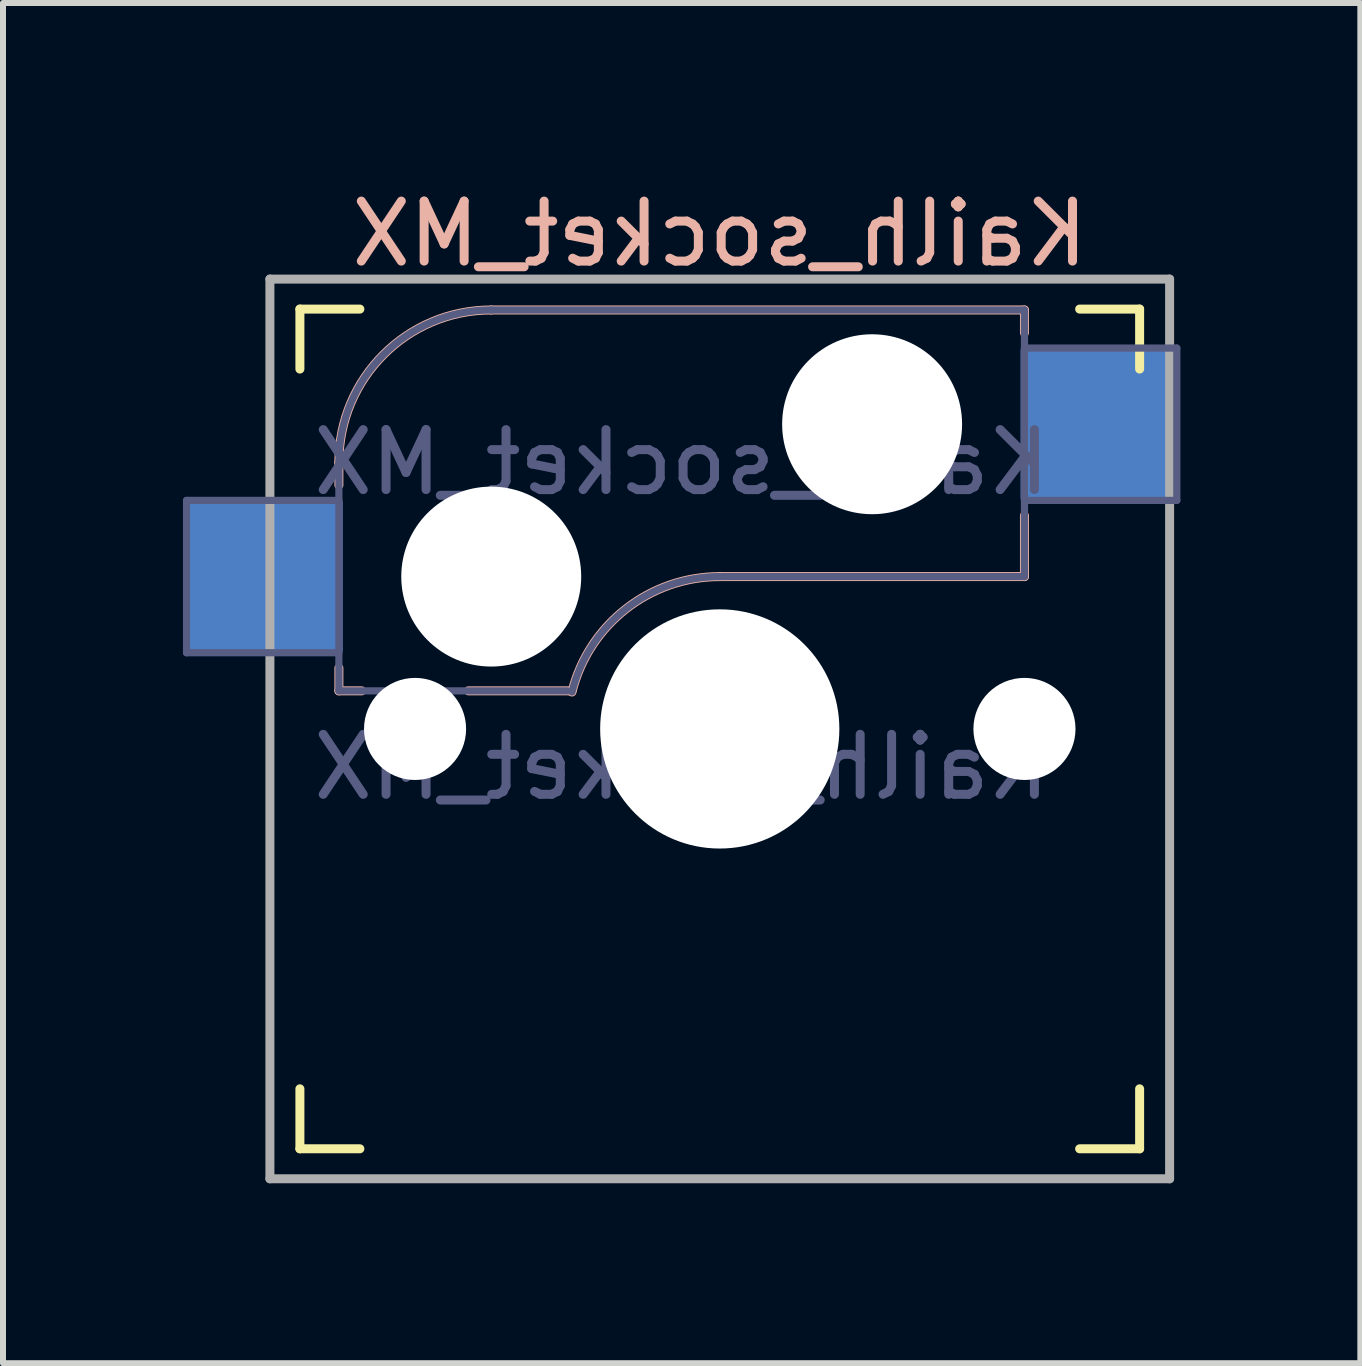
<source format=kicad_pcb>
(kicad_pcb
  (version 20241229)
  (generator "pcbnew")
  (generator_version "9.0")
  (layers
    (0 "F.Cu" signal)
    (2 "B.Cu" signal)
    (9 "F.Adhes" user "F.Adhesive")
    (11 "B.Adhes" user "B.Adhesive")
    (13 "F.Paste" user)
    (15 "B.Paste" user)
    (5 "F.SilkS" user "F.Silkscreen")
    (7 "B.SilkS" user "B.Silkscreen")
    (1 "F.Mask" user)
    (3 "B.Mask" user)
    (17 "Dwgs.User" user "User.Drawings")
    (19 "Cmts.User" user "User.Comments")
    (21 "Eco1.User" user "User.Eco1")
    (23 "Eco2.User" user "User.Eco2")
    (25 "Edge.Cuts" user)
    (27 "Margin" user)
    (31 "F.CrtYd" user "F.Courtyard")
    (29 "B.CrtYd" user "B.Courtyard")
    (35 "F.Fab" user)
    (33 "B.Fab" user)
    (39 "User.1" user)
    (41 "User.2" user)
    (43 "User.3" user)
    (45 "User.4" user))
  (footprint "Kailh_socket_MX"
    (layer "F.Cu")
    (at 8.95 9.103)
    (property "Reference" "Kailh_socket_MX" (at 0 -8.255 0) (layer "B.SilkS") (effects (font (size 1 1) (thickness 0.15)) (justify mirror)))
    (property "Value" "Kailh_socket_MX" (at 0 8.255 0) (layer "F.Fab") (hide yes) (effects (font (size 1 1) (thickness 0.15))))
    (attr smd)
    (fp_line (start -7 -6) (end -7 -7) (stroke (width 0.15) (type solid)) (layer "F.SilkS"))
    (fp_line (start -7 7) (end -7 6) (stroke (width 0.15) (type solid)) (layer "F.SilkS"))
    (fp_line (start -7 7) (end -6 7) (stroke (width 0.15) (type solid)) (layer "F.SilkS"))
    (fp_line (start -6 -7) (end -7 -7) (stroke (width 0.15) (type solid)) (layer "F.SilkS"))
    (fp_line (start 6 7) (end 7 7) (stroke (width 0.15) (type solid)) (layer "F.SilkS"))
    (fp_line (start 7 -7) (end 6 -7) (stroke (width 0.15) (type solid)) (layer "F.SilkS"))
    (fp_line (start 7 -7) (end 7 -6) (stroke (width 0.15) (type solid)) (layer "F.SilkS"))
    (fp_line (start 7 6) (end 7 7) (stroke (width 0.15) (type solid)) (layer "F.SilkS"))
    (fp_line (start -6.35 -4.445) (end -6.35 -4.064) (stroke (width 0.15) (type solid)) (layer "B.SilkS"))
    (fp_line (start -6.35 -1.016) (end -6.35 -0.635) (stroke (width 0.15) (type solid)) (layer "B.SilkS"))
    (fp_line (start -5.969 -0.635) (end -6.35 -0.635) (stroke (width 0.15) (type solid)) (layer "B.SilkS"))
    (fp_line (start -3.81 -6.985) (end 5.08 -6.985) (stroke (width 0.15) (type solid)) (layer "B.SilkS"))
    (fp_line (start -2.464 -0.635) (end -4.191 -0.635) (stroke (width 0.15) (type solid)) (layer "B.SilkS"))
    (fp_line (start 5.08 -6.985) (end 5.08 -6.604) (stroke (width 0.15) (type solid)) (layer "B.SilkS"))
    (fp_line (start 5.08 -3.556) (end 5.08 -2.54) (stroke (width 0.15) (type solid)) (layer "B.SilkS"))
    (fp_line (start 5.08 -2.54) (end 0 -2.54) (stroke (width 0.15) (type solid)) (layer "B.SilkS"))
    (fp_arc (start -6.35 -4.445) (mid -5.606051 -6.241051) (end -3.81 -6.985) (stroke (width 0.15) (type solid)) (layer "B.SilkS"))
    (fp_arc (start -2.464162 -0.61604) (mid -1.563147 -2.002042) (end 0 -2.54) (stroke (width 0.15) (type solid)) (layer "B.SilkS"))
    (fp_line (start -6.9 6.9) (end -6.9 -6.9) (stroke (width 0.15) (type solid)) (layer "Eco2.User"))
    (fp_line (start -6.9 6.9) (end 6.9 6.9) (stroke (width 0.15) (type solid)) (layer "Eco2.User"))
    (fp_line (start 6.9 -6.9) (end -6.9 -6.9) (stroke (width 0.15) (type solid)) (layer "Eco2.User"))
    (fp_line (start 6.9 -6.9) (end 6.9 6.9) (stroke (width 0.15) (type solid)) (layer "Eco2.User"))
    (fp_line (start -8.89 -3.81) (end -6.35 -3.81) (stroke (width 0.12) (type solid)) (layer "B.Fab"))
    (fp_line (start -8.89 -1.27) (end -8.89 -3.81) (stroke (width 0.12) (type solid)) (layer "B.Fab"))
    (fp_line (start -6.35 -1.27) (end -8.89 -1.27) (stroke (width 0.12) (type solid)) (layer "B.Fab"))
    (fp_line (start -6.35 -0.635) (end -6.35 -4.445) (stroke (width 0.12) (type solid)) (layer "B.Fab"))
    (fp_line (start -6.35 -0.635) (end -2.54 -0.635) (stroke (width 0.12) (type solid)) (layer "B.Fab"))
    (fp_line (start -3.81 -6.985) (end 5.08 -6.985) (stroke (width 0.12) (type solid)) (layer "B.Fab"))
    (fp_line (start 5.08 -6.985) (end 5.08 -2.54) (stroke (width 0.12) (type solid)) (layer "B.Fab"))
    (fp_line (start 5.08 -6.35) (end 7.62 -6.35) (stroke (width 0.12) (type solid)) (layer "B.Fab"))
    (fp_line (start 5.08 -2.54) (end 0 -2.54) (stroke (width 0.12) (type solid)) (layer "B.Fab"))
    (fp_line (start 7.62 -6.35) (end 7.62 -3.81) (stroke (width 0.12) (type solid)) (layer "B.Fab"))
    (fp_line (start 7.62 -3.81) (end 5.08 -3.81) (stroke (width 0.12) (type solid)) (layer "B.Fab"))
    (fp_arc (start -6.35 -4.445) (mid -5.606051 -6.241051) (end -3.81 -6.985) (stroke (width 0.12) (type solid)) (layer "B.Fab"))
    (fp_arc (start -2.464162 -0.61604) (mid -1.563147 -2.002042) (end 0 -2.54) (stroke (width 0.12) (type solid)) (layer "B.Fab"))
    (fp_line (start -7.5 -7.5) (end 7.5 -7.5) (stroke (width 0.15) (type solid)) (layer "F.Fab"))
    (fp_line (start -7.5 7.5) (end -7.5 -7.5) (stroke (width 0.15) (type solid)) (layer "F.Fab"))
    (fp_line (start 7.5 -7.5) (end 7.5 7.5) (stroke (width 0.15) (type solid)) (layer "F.Fab"))
    (fp_line (start 7.5 7.5) (end -7.5 7.5) (stroke (width 0.15) (type solid)) (layer "F.Fab"))
    (fp_text user "${VALUE}" (at -0.635 0.635 0) (layer "B.Fab") (effects (font (size 1 1) (thickness 0.15)) (justify mirror)))
    (fp_text user "${REFERENCE}" (at -0.635 -4.445 0) (layer "B.Fab") (effects (font (size 1 1) (thickness 0.15)) (justify mirror)))
    (pad "" np_thru_hole circle (at -5.08 0) (size 1.702 1.702) (drill 1.702) (layers "*.Cu" "*.Mask"))
    (pad "" np_thru_hole circle (at -3.81 -2.54) (size 3 3) (drill 3) (layers "*.Cu" "*.Mask"))
    (pad "" np_thru_hole circle (at 0 0) (size 3.988 3.988) (drill 3.988) (layers "*.Cu" "*.Mask"))
    (pad "" np_thru_hole circle (at 2.54 -5.08) (size 3 3) (drill 3) (layers "*.Cu" "*.Mask"))
    (pad "" np_thru_hole circle (at 5.08 0) (size 1.702 1.702) (drill 1.702) (layers "*.Cu" "*.Mask"))
    (pad "1" smd rect (at -7.56 -2.54) (size 2.55 2.5) (layers "B.Cu" "B.Mask" "B.Paste"))
    (pad "2" smd rect (at 6.29 -5.08) (size 2.55 2.5) (layers "B.Cu" "B.Mask" "B.Paste")))
  (gr_rect
    (start -3 -3)
    (end 19.63 19.678)
    (stroke (width 0.1) (type default))
    (fill no)
    (layer "Edge.Cuts")))
</source>
